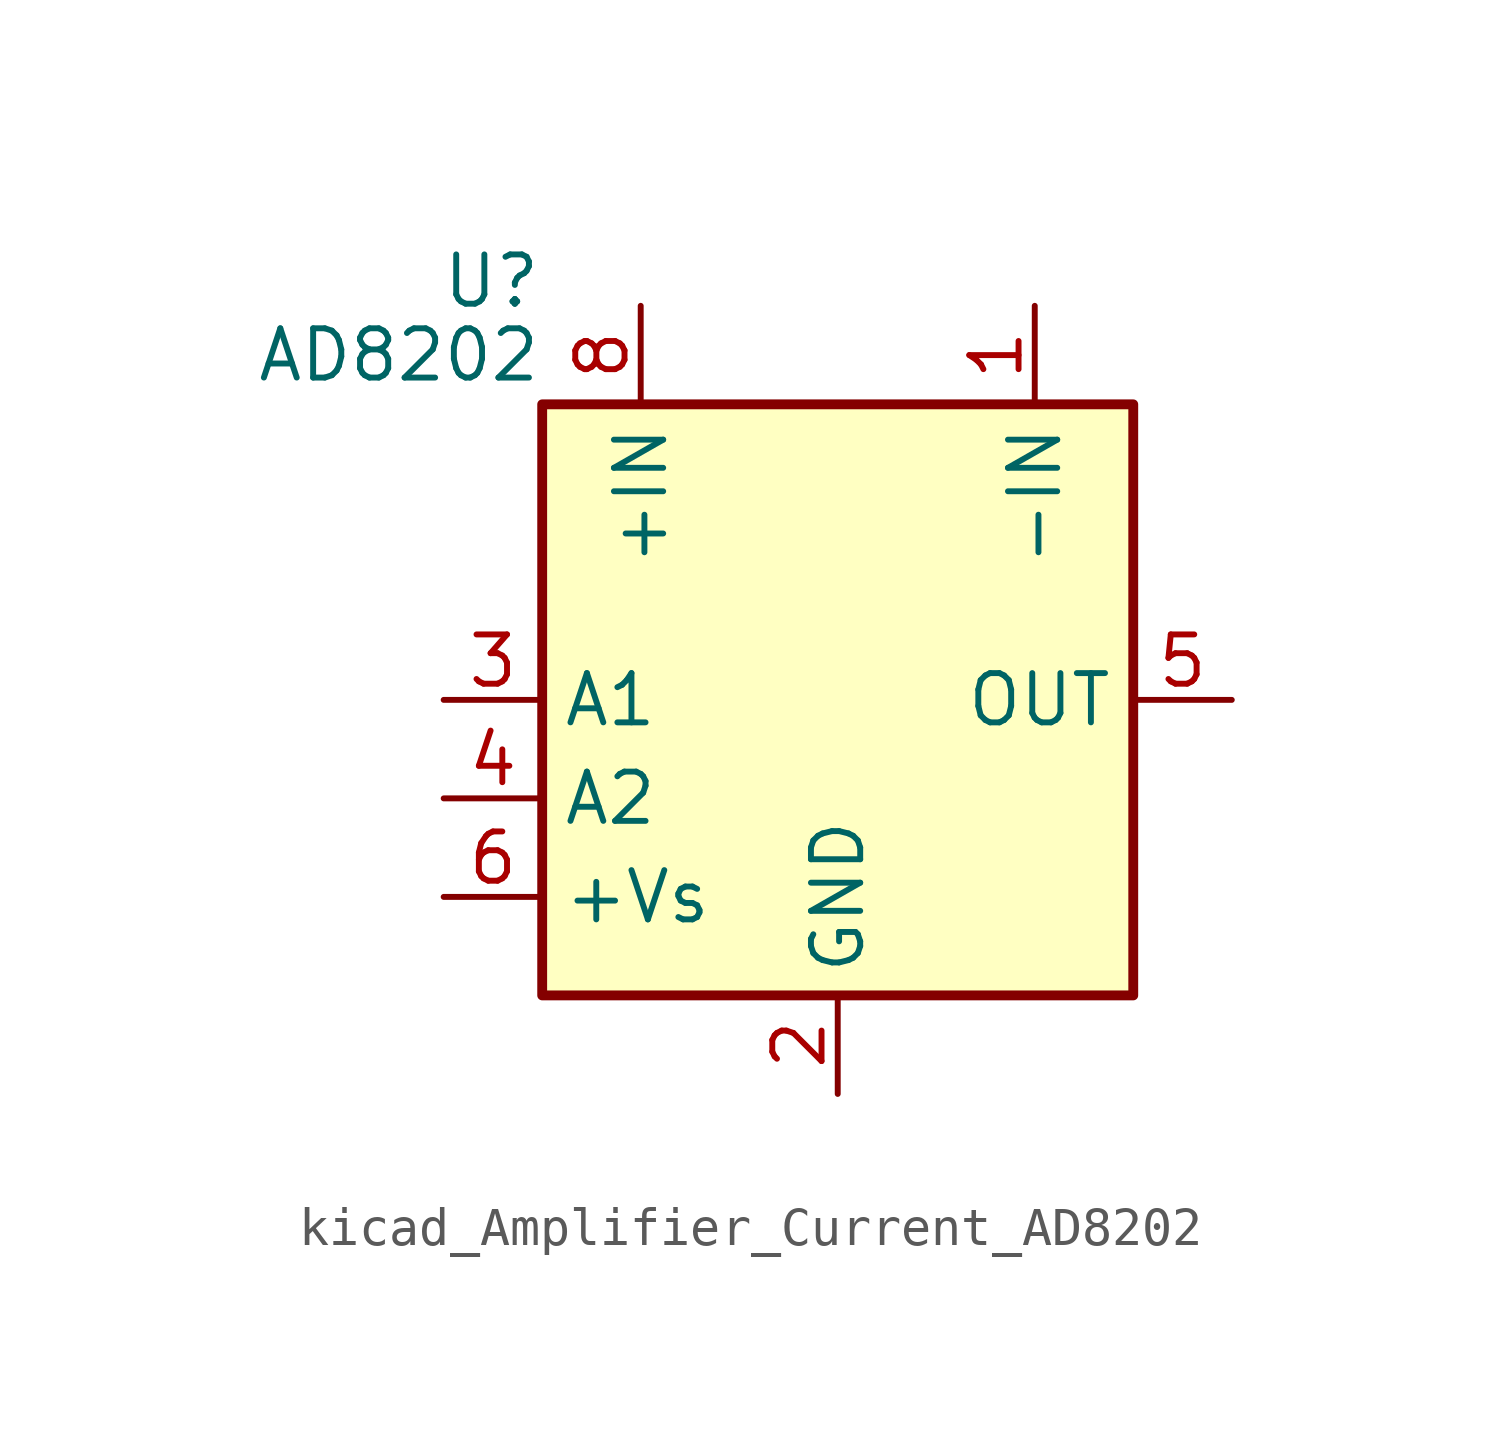
<source format=kicad_sym>
(kicad_symbol_lib
  (version 20220914)
  (generator kicad_symbol_editor)
  (symbol "kicad_Amplifier_Current_AD8202"
    (property "Reference" "U"
      (at -7.62 10.795 0)
      (effects (font (size 1.27 1.27)) (justify right)))
    (property "Value" "AD8202"
      (at -7.62 8.89 0)
      (effects (font (size 1.27 1.27)) (justify right)))
    (symbol "kicad_Amplifier_Current_AD8202_0_1"
      (rectangle (start -7.62 7.62) (end 7.62 -7.62) (stroke (width 0.254) (type default)) (fill (type background))))
    (symbol "kicad_Amplifier_Current_AD8202_1_1"
      (pin input line (at 5.08 10.16 270) (length 2.54) (name "-IN" (effects (font (size 1.27 1.27)))) (number "1" (effects (font (size 1.27 1.27)))))
      (pin power_in line (at 0 -10.16 90) (length 2.54) (name "GND" (effects (font (size 1.27 1.27)))) (number "2" (effects (font (size 1.27 1.27)))))
      (pin output line (at -10.16 0 0) (length 2.54) (name "A1" (effects (font (size 1.27 1.27)))) (number "3" (effects (font (size 1.27 1.27)))))
      (pin input line (at -10.16 -2.54 0) (length 2.54) (name "A2" (effects (font (size 1.27 1.27)))) (number "4" (effects (font (size 1.27 1.27)))))
      (pin output line (at 10.16 0 180) (length 2.54) (name "OUT" (effects (font (size 1.27 1.27)))) (number "5" (effects (font (size 1.27 1.27)))))
      (pin power_in line (at -10.16 -5.08 0) (length 2.54) (name "+Vs" (effects (font (size 1.27 1.27)))) (number "6" (effects (font (size 1.27 1.27)))))
      (pin no_connect line (at 2.54 -7.62 90) (length 2.54) hide (name "NC" (effects (font (size 1.27 1.27)))) (number "7" (effects (font (size 1.27 1.27)))))
      (pin input line (at -5.08 10.16 270) (length 2.54) (name "+IN" (effects (font (size 1.27 1.27)))) (number "8" (effects (font (size 1.27 1.27))))))))
</source>
